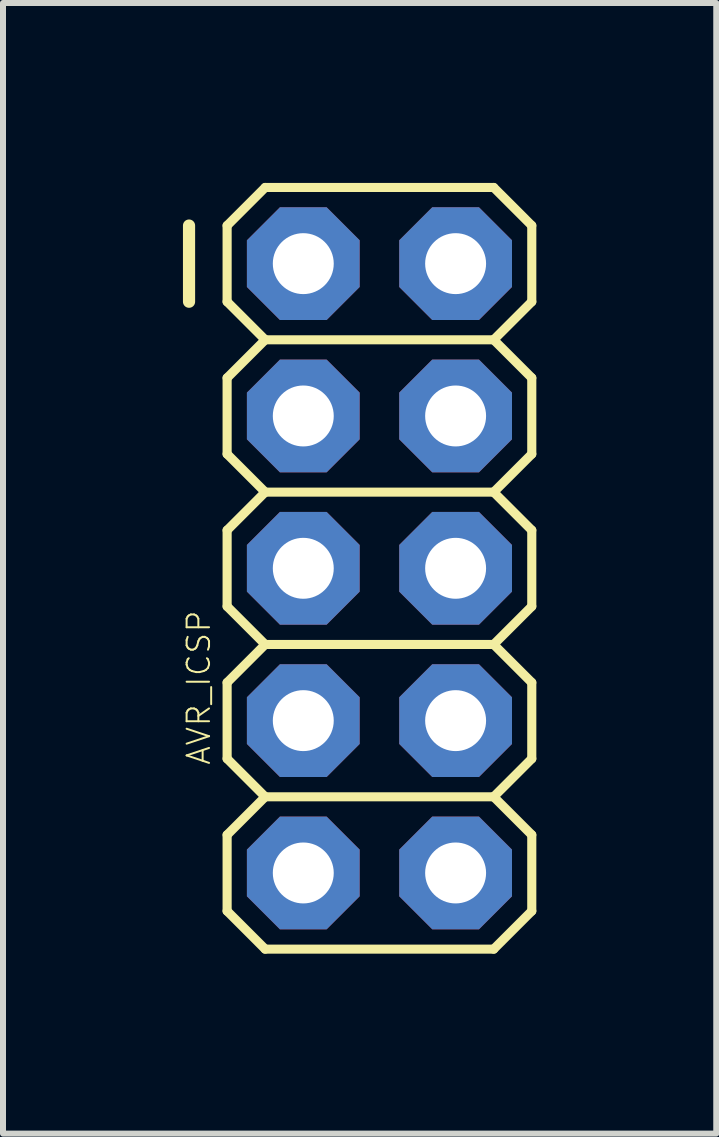
<source format=kicad_pcb>
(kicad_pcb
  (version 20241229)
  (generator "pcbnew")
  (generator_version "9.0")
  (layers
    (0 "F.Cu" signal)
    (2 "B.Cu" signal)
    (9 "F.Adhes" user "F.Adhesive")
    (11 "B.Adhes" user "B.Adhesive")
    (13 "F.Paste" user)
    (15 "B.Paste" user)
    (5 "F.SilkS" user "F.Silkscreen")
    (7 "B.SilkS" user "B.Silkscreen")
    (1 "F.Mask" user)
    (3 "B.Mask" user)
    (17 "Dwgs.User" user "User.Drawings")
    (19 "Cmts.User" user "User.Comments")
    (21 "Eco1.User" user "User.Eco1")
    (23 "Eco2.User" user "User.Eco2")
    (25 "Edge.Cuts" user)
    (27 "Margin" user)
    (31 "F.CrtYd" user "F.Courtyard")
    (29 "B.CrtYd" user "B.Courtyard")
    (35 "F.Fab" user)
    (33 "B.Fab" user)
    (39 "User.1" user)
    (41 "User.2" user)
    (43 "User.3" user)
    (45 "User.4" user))
  (footprint "AVR_ICSP"
    (layer "F.Cu")
    (at 3.277 6.426)
    (property "Reference" "AVR_ICSP" (at -2.794 3.302 90) (unlocked yes) (layer "F.SilkS") (effects (font (size 0.374 0.374) (thickness 0.033)) (justify left bottom)))
    (fp_line (start -3.175 -5.715) (end -3.175 -4.445) (stroke (width 0.203) (type solid)) (layer "F.SilkS"))
    (fp_line (start -2.54 -5.715) (end -2.54 -4.445) (stroke (width 0.152) (type solid)) (layer "F.SilkS"))
    (fp_line (start -2.54 -4.445) (end -1.905 -3.81) (stroke (width 0.152) (type solid)) (layer "F.SilkS"))
    (fp_line (start -2.54 -3.175) (end -2.54 -1.905) (stroke (width 0.152) (type solid)) (layer "F.SilkS"))
    (fp_line (start -2.54 -1.905) (end -1.905 -1.27) (stroke (width 0.152) (type solid)) (layer "F.SilkS"))
    (fp_line (start -2.54 -0.635) (end -2.54 0.635) (stroke (width 0.152) (type solid)) (layer "F.SilkS"))
    (fp_line (start -2.54 0.635) (end -1.905 1.27) (stroke (width 0.152) (type solid)) (layer "F.SilkS"))
    (fp_line (start -2.54 1.905) (end -2.54 3.175) (stroke (width 0.152) (type solid)) (layer "F.SilkS"))
    (fp_line (start -2.54 3.175) (end -1.905 3.81) (stroke (width 0.152) (type solid)) (layer "F.SilkS"))
    (fp_line (start -2.54 4.445) (end -2.54 5.715) (stroke (width 0.152) (type solid)) (layer "F.SilkS"))
    (fp_line (start -2.54 5.715) (end -1.905 6.35) (stroke (width 0.152) (type solid)) (layer "F.SilkS"))
    (fp_line (start -1.905 -6.35) (end -2.54 -5.715) (stroke (width 0.152) (type solid)) (layer "F.SilkS"))
    (fp_line (start -1.905 -6.35) (end 1.905 -6.35) (stroke (width 0.152) (type solid)) (layer "F.SilkS"))
    (fp_line (start -1.905 -3.81) (end -2.54 -3.175) (stroke (width 0.152) (type solid)) (layer "F.SilkS"))
    (fp_line (start -1.905 -1.27) (end -2.54 -0.635) (stroke (width 0.152) (type solid)) (layer "F.SilkS"))
    (fp_line (start -1.905 1.27) (end -2.54 1.905) (stroke (width 0.152) (type solid)) (layer "F.SilkS"))
    (fp_line (start -1.905 3.81) (end -2.54 4.445) (stroke (width 0.152) (type solid)) (layer "F.SilkS"))
    (fp_line (start 1.905 -6.35) (end 2.54 -5.715) (stroke (width 0.152) (type solid)) (layer "F.SilkS"))
    (fp_line (start 1.905 -3.81) (end -1.905 -3.81) (stroke (width 0.152) (type solid)) (layer "F.SilkS"))
    (fp_line (start 1.905 -3.81) (end 2.54 -3.175) (stroke (width 0.152) (type solid)) (layer "F.SilkS"))
    (fp_line (start 1.905 -1.27) (end -1.905 -1.27) (stroke (width 0.152) (type solid)) (layer "F.SilkS"))
    (fp_line (start 1.905 -1.27) (end 2.54 -0.635) (stroke (width 0.152) (type solid)) (layer "F.SilkS"))
    (fp_line (start 1.905 1.27) (end -1.905 1.27) (stroke (width 0.152) (type solid)) (layer "F.SilkS"))
    (fp_line (start 1.905 1.27) (end 2.54 1.905) (stroke (width 0.152) (type solid)) (layer "F.SilkS"))
    (fp_line (start 1.905 3.81) (end -1.905 3.81) (stroke (width 0.152) (type solid)) (layer "F.SilkS"))
    (fp_line (start 1.905 3.81) (end 2.54 4.445) (stroke (width 0.152) (type solid)) (layer "F.SilkS"))
    (fp_line (start 1.905 6.35) (end -1.905 6.35) (stroke (width 0.152) (type solid)) (layer "F.SilkS"))
    (fp_line (start 2.54 -5.715) (end 2.54 -4.445) (stroke (width 0.152) (type solid)) (layer "F.SilkS"))
    (fp_line (start 2.54 -4.445) (end 1.905 -3.81) (stroke (width 0.152) (type solid)) (layer "F.SilkS"))
    (fp_line (start 2.54 -3.175) (end 2.54 -1.905) (stroke (width 0.152) (type solid)) (layer "F.SilkS"))
    (fp_line (start 2.54 -1.905) (end 1.905 -1.27) (stroke (width 0.152) (type solid)) (layer "F.SilkS"))
    (fp_line (start 2.54 -0.635) (end 2.54 0.635) (stroke (width 0.152) (type solid)) (layer "F.SilkS"))
    (fp_line (start 2.54 0.635) (end 1.905 1.27) (stroke (width 0.152) (type solid)) (layer "F.SilkS"))
    (fp_line (start 2.54 1.905) (end 2.54 3.175) (stroke (width 0.152) (type solid)) (layer "F.SilkS"))
    (fp_line (start 2.54 3.175) (end 1.905 3.81) (stroke (width 0.152) (type solid)) (layer "F.SilkS"))
    (fp_line (start 2.54 4.445) (end 2.54 5.715) (stroke (width 0.152) (type solid)) (layer "F.SilkS"))
    (fp_line (start 2.54 5.715) (end 1.905 6.35) (stroke (width 0.152) (type solid)) (layer "F.SilkS"))
    (fp_poly (pts (xy -1.524 0.254) (xy -1.016 0.254) (xy -1.016 -0.254) (xy -1.524 -0.254)) (stroke (width 0) (type default)) (fill yes) (layer "F.SilkS"))
    (fp_poly (pts (xy -1.524 -4.826) (xy -1.016 -4.826) (xy -1.016 -5.334) (xy -1.524 -5.334)) (stroke (width 0.1) (type default)) (fill no) (layer "F.Fab"))
    (fp_poly (pts (xy -1.524 -2.286) (xy -1.016 -2.286) (xy -1.016 -2.794) (xy -1.524 -2.794)) (stroke (width 0.1) (type default)) (fill no) (layer "F.Fab"))
    (fp_poly (pts (xy -1.524 2.794) (xy -1.016 2.794) (xy -1.016 2.286) (xy -1.524 2.286)) (stroke (width 0.1) (type default)) (fill no) (layer "F.Fab"))
    (fp_poly (pts (xy -1.524 5.334) (xy -1.016 5.334) (xy -1.016 4.826) (xy -1.524 4.826)) (stroke (width 0.1) (type default)) (fill no) (layer "F.Fab"))
    (fp_poly (pts (xy 1.016 -4.826) (xy 1.524 -4.826) (xy 1.524 -5.334) (xy 1.016 -5.334)) (stroke (width 0.1) (type default)) (fill no) (layer "F.Fab"))
    (fp_poly (pts (xy 1.016 -2.286) (xy 1.524 -2.286) (xy 1.524 -2.794) (xy 1.016 -2.794)) (stroke (width 0.1) (type default)) (fill no) (layer "F.Fab"))
    (fp_poly (pts (xy 1.016 0.254) (xy 1.524 0.254) (xy 1.524 -0.254) (xy 1.016 -0.254)) (stroke (width 0.1) (type default)) (fill no) (layer "F.Fab"))
    (fp_poly (pts (xy 1.016 2.794) (xy 1.524 2.794) (xy 1.524 2.286) (xy 1.016 2.286)) (stroke (width 0.1) (type default)) (fill no) (layer "F.Fab"))
    (fp_poly (pts (xy 1.016 5.334) (xy 1.524 5.334) (xy 1.524 4.826) (xy 1.016 4.826)) (stroke (width 0.1) (type default)) (fill no) (layer "F.Fab"))
    (pad "1" thru_hole roundrect (at -1.27 -5.08 270) (size 1.88 1.88) (drill 1.016) (layers "*.Cu" "*.Mask") (roundrect_rratio 0.25) (chamfer_ratio 0.293) (chamfer top_left top_right bottom_left bottom_right))
    (pad "2" thru_hole roundrect (at 1.27 -5.08 270) (size 1.88 1.88) (drill 1.016) (layers "*.Cu" "*.Mask") (roundrect_rratio 0.25) (chamfer_ratio 0.293) (chamfer top_left top_right bottom_left bottom_right))
    (pad "3" thru_hole roundrect (at -1.27 -2.54 270) (size 1.88 1.88) (drill 1.016) (layers "*.Cu" "*.Mask") (roundrect_rratio 0.25) (chamfer_ratio 0.293) (chamfer top_left top_right bottom_left bottom_right))
    (pad "4" thru_hole roundrect (at 1.27 -2.54 270) (size 1.88 1.88) (drill 1.016) (layers "*.Cu" "*.Mask") (roundrect_rratio 0.25) (chamfer_ratio 0.293) (chamfer top_left top_right bottom_left bottom_right))
    (pad "5" thru_hole roundrect (at -1.27 0 270) (size 1.88 1.88) (drill 1.016) (layers "*.Cu" "*.Mask") (roundrect_rratio 0.25) (chamfer_ratio 0.293) (chamfer top_left top_right bottom_left bottom_right))
    (pad "6" thru_hole roundrect (at 1.27 0 270) (size 1.88 1.88) (drill 1.016) (layers "*.Cu" "*.Mask") (roundrect_rratio 0.25) (chamfer_ratio 0.293) (chamfer top_left top_right bottom_left bottom_right))
    (pad "7" thru_hole roundrect (at -1.27 2.54 270) (size 1.88 1.88) (drill 1.016) (layers "*.Cu" "*.Mask") (roundrect_rratio 0.25) (chamfer_ratio 0.293) (chamfer top_left top_right bottom_left bottom_right))
    (pad "8" thru_hole roundrect (at 1.27 2.54 270) (size 1.88 1.88) (drill 1.016) (layers "*.Cu" "*.Mask") (roundrect_rratio 0.25) (chamfer_ratio 0.293) (chamfer top_left top_right bottom_left bottom_right))
    (pad "9" thru_hole roundrect (at -1.27 5.08 270) (size 1.88 1.88) (drill 1.016) (layers "*.Cu" "*.Mask") (roundrect_rratio 0.25) (chamfer_ratio 0.293) (chamfer top_left top_right bottom_left bottom_right))
    (pad "10" thru_hole roundrect (at 1.27 5.08 270) (size 1.88 1.88) (drill 1.016) (layers "*.Cu" "*.Mask") (roundrect_rratio 0.25) (chamfer_ratio 0.293) (chamfer top_left top_right bottom_left bottom_right)))
  (gr_rect
    (start -3 -3)
    (end 8.893 15.852)
    (stroke (width 0.1) (type default))
    (fill no)
    (layer "Edge.Cuts")))
</source>
